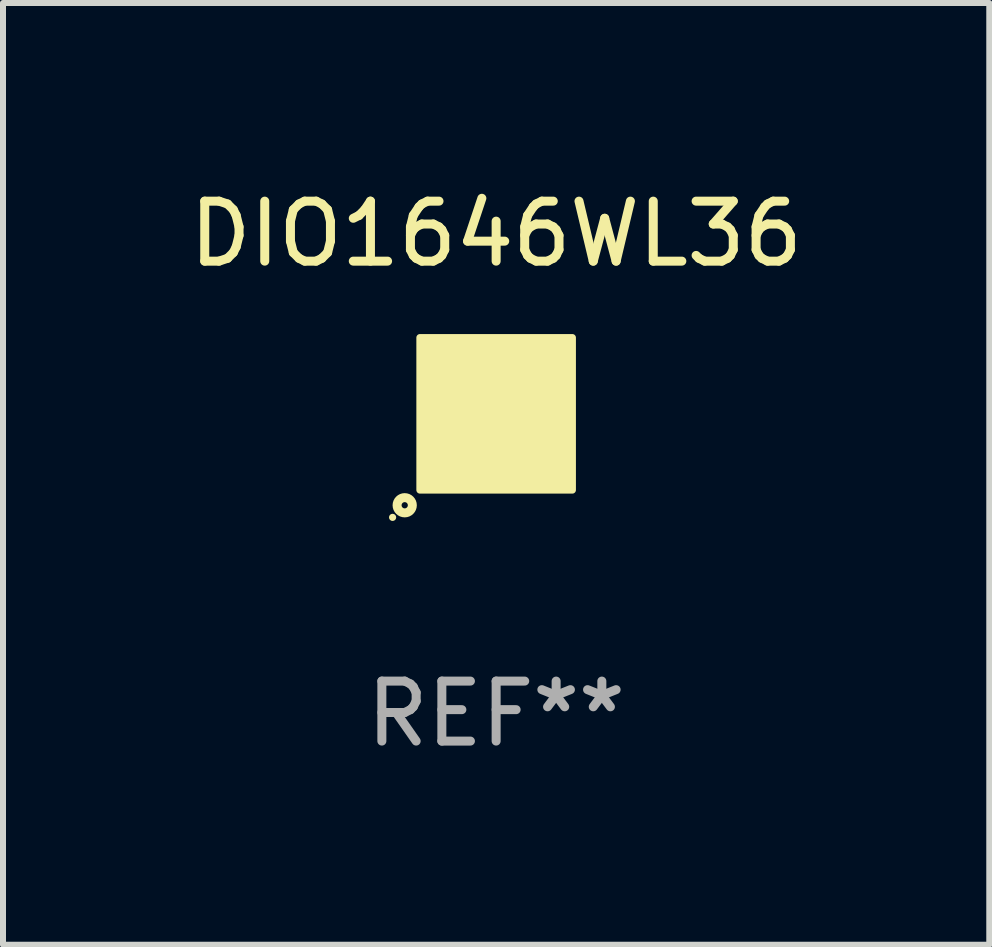
<source format=kicad_pcb>
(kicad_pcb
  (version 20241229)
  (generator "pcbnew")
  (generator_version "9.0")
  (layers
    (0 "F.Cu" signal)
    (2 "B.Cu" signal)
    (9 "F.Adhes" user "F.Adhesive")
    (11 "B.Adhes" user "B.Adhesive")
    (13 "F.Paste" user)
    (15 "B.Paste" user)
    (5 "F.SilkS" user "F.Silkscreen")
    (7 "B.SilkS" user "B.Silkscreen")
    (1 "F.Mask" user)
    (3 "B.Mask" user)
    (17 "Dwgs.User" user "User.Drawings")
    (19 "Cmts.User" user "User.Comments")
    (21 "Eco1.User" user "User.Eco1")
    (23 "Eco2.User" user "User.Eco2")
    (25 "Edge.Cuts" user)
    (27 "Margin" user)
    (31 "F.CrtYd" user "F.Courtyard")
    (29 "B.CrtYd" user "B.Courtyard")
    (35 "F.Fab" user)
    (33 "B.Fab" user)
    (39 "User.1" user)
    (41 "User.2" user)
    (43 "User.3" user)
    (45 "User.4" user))
  (footprint "DIO1646WL36"
    (layer "F.Cu")
    (at 5.22 3.848)
    (property "Reference" "DIO1646WL36" (at 0 -3 0) (layer "F.SilkS") (effects (font (size 1 1) (thickness 0.15))))
    (attr through_hole)
    (fp_circle (center -1.726 1.726) (end -1.696 1.726) (stroke (width 0.06) (type solid)) (fill no) (layer "F.SilkS"))
    (fp_circle (center -1.524 1.524) (end -1.397 1.524) (stroke (width 0.15) (type solid)) (fill no) (layer "F.SilkS"))
    (fp_poly (pts (xy -1.27 -1.27) (xy 1.27 -1.27) (xy 1.27 1.27) (xy -1.27 1.27)) (stroke (width 0.12) (type solid)) (fill yes) (layer "F.SilkS"))
    (fp_text user "REF**" (at 0 5 0) (layer "F.Fab") (effects (font (size 1 1) (thickness 0.15))))
    (pad "A1" smd circle (at -1 1) (size 0.3 0.3) (layers "F.Cu" "F.Mask" "F.Paste"))
    (pad "A2" smd circle (at -1 0.6) (size 0.3 0.3) (layers "F.Cu" "F.Mask" "F.Paste"))
    (pad "A3" smd circle (at -1 0.2) (size 0.3 0.3) (layers "F.Cu" "F.Mask" "F.Paste"))
    (pad "A4" smd circle (at -1 -0.2) (size 0.3 0.3) (layers "F.Cu" "F.Mask" "F.Paste"))
    (pad "A5" smd circle (at -1 -0.6) (size 0.3 0.3) (layers "F.Cu" "F.Mask" "F.Paste"))
    (pad "A6" smd circle (at -1 -1) (size 0.3 0.3) (layers "F.Cu" "F.Mask" "F.Paste"))
    (pad "B1" smd circle (at -0.6 1) (size 0.3 0.3) (layers "F.Cu" "F.Mask" "F.Paste"))
    (pad "B2" smd circle (at -0.6 0.6) (size 0.3 0.3) (layers "F.Cu" "F.Mask" "F.Paste"))
    (pad "B3" smd circle (at -0.6 0.2) (size 0.3 0.3) (layers "F.Cu" "F.Mask" "F.Paste"))
    (pad "B4" smd circle (at -0.6 -0.2) (size 0.3 0.3) (layers "F.Cu" "F.Mask" "F.Paste"))
    (pad "B5" smd circle (at -0.6 -0.6) (size 0.3 0.3) (layers "F.Cu" "F.Mask" "F.Paste"))
    (pad "B6" smd circle (at -0.6 -1) (size 0.3 0.3) (layers "F.Cu" "F.Mask" "F.Paste"))
    (pad "C1" smd circle (at -0.2 1) (size 0.3 0.3) (layers "F.Cu" "F.Mask" "F.Paste"))
    (pad "C2" smd circle (at -0.2 0.6) (size 0.3 0.3) (layers "F.Cu" "F.Mask" "F.Paste"))
    (pad "C3" smd circle (at -0.2 0.2) (size 0.3 0.3) (layers "F.Cu" "F.Mask" "F.Paste"))
    (pad "C4" smd circle (at -0.2 -0.2) (size 0.3 0.3) (layers "F.Cu" "F.Mask" "F.Paste"))
    (pad "C5" smd circle (at -0.2 -0.6) (size 0.3 0.3) (layers "F.Cu" "F.Mask" "F.Paste"))
    (pad "C6" smd circle (at -0.2 -1) (size 0.3 0.3) (layers "F.Cu" "F.Mask" "F.Paste"))
    (pad "D1" smd circle (at 0.2 1) (size 0.3 0.3) (layers "F.Cu" "F.Mask" "F.Paste"))
    (pad "D2" smd circle (at 0.2 0.6) (size 0.3 0.3) (layers "F.Cu" "F.Mask" "F.Paste"))
    (pad "D3" smd circle (at 0.2 0.2) (size 0.3 0.3) (layers "F.Cu" "F.Mask" "F.Paste"))
    (pad "D4" smd circle (at 0.2 -0.2) (size 0.3 0.3) (layers "F.Cu" "F.Mask" "F.Paste"))
    (pad "D5" smd circle (at 0.2 -0.6) (size 0.3 0.3) (layers "F.Cu" "F.Mask" "F.Paste"))
    (pad "D6" smd circle (at 0.2 -1) (size 0.3 0.3) (layers "F.Cu" "F.Mask" "F.Paste"))
    (pad "E1" smd circle (at 0.6 1) (size 0.3 0.3) (layers "F.Cu" "F.Mask" "F.Paste"))
    (pad "E2" smd circle (at 0.6 0.6) (size 0.3 0.3) (layers "F.Cu" "F.Mask" "F.Paste"))
    (pad "E3" smd circle (at 0.6 0.2) (size 0.3 0.3) (layers "F.Cu" "F.Mask" "F.Paste"))
    (pad "E4" smd circle (at 0.6 -0.2) (size 0.3 0.3) (layers "F.Cu" "F.Mask" "F.Paste"))
    (pad "E5" smd circle (at 0.6 -0.6) (size 0.3 0.3) (layers "F.Cu" "F.Mask" "F.Paste"))
    (pad "E6" smd circle (at 0.6 -1) (size 0.3 0.3) (layers "F.Cu" "F.Mask" "F.Paste"))
    (pad "F1" smd circle (at 1 1) (size 0.3 0.3) (layers "F.Cu" "F.Mask" "F.Paste"))
    (pad "F2" smd circle (at 1 0.6) (size 0.3 0.3) (layers "F.Cu" "F.Mask" "F.Paste"))
    (pad "F3" smd circle (at 1 0.2) (size 0.3 0.3) (layers "F.Cu" "F.Mask" "F.Paste"))
    (pad "F4" smd circle (at 1 -0.2) (size 0.3 0.3) (layers "F.Cu" "F.Mask" "F.Paste"))
    (pad "F5" smd circle (at 1 -0.6) (size 0.3 0.3) (layers "F.Cu" "F.Mask" "F.Paste"))
    (pad "F6" smd circle (at 1 -1) (size 0.3 0.3) (layers "F.Cu" "F.Mask" "F.Paste")))
  (gr_rect
    (start -3 -3)
    (end 13.44 12.697)
    (stroke (width 0.1) (type default))
    (fill no)
    (layer "Edge.Cuts")))
</source>
